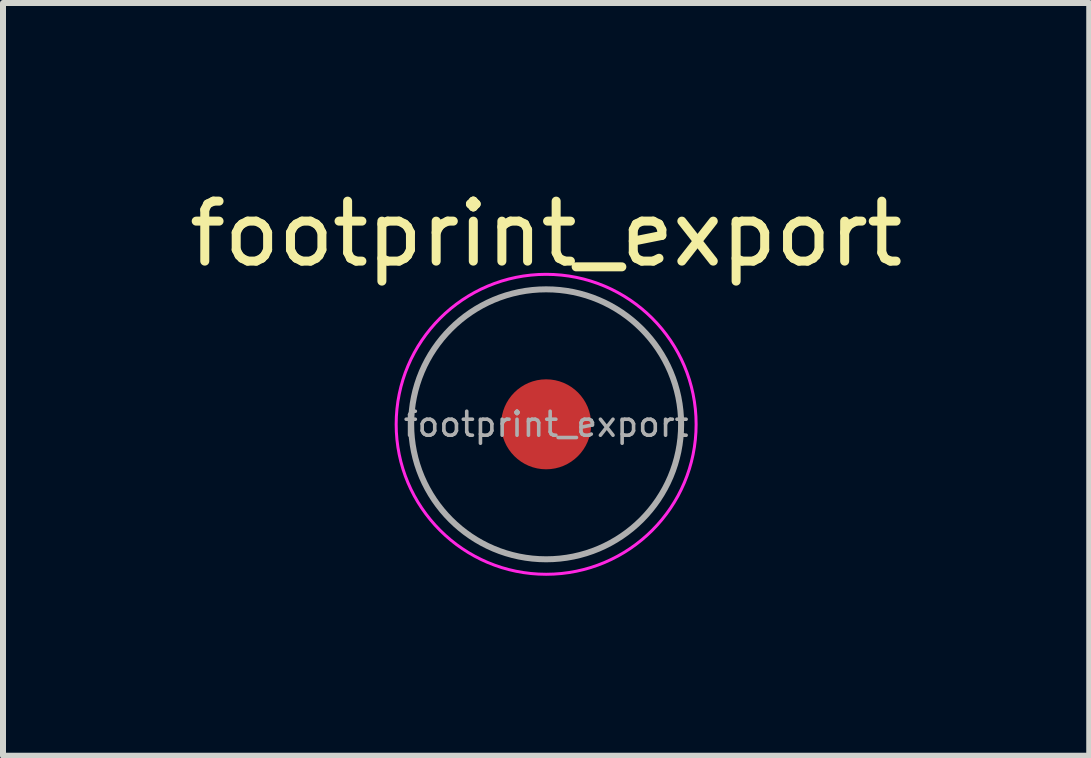
<source format=kicad_pcb>
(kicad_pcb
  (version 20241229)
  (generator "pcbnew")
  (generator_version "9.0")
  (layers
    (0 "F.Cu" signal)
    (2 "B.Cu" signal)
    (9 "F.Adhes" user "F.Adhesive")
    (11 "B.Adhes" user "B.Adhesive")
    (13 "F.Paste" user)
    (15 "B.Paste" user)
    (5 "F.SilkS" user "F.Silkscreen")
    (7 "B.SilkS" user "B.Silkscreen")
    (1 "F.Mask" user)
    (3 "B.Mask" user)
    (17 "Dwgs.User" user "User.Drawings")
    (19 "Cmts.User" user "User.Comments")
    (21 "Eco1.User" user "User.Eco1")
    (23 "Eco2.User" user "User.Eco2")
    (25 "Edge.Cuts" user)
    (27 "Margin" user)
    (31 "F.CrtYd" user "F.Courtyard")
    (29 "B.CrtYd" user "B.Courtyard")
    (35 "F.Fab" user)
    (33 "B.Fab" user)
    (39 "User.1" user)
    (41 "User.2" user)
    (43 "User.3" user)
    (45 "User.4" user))
  (footprint "footprint_export"
    (layer "F.Cu")
    (at 6.054 4.023)
    (property "Reference" "footprint_export" (at 0 -3.175 0) (layer "F.SilkS") (effects (font (size 1 1) (thickness 0.15))))
    (attr smd)
    (fp_circle (center 0 0) (end 2.5 0) (stroke (width 0.05) (type solid)) (fill no) (layer "F.CrtYd"))
    (fp_circle (center 0 0) (end 2.25 0) (stroke (width 0.1) (type solid)) (fill no) (layer "F.Fab"))
    (fp_text user "${REFERENCE}" (at 0 0 0) (layer "F.Fab") (effects (font (size 0.4 0.4) (thickness 0.06))))
    (pad "" smd circle (at 0 0) (size 1.5 1.5) (layers "F.Cu" "F.Mask")))
  (gr_rect
    (start -3 -3)
    (end 15.107 9.548)
    (stroke (width 0.1) (type default))
    (fill no)
    (layer "Edge.Cuts")))
</source>
